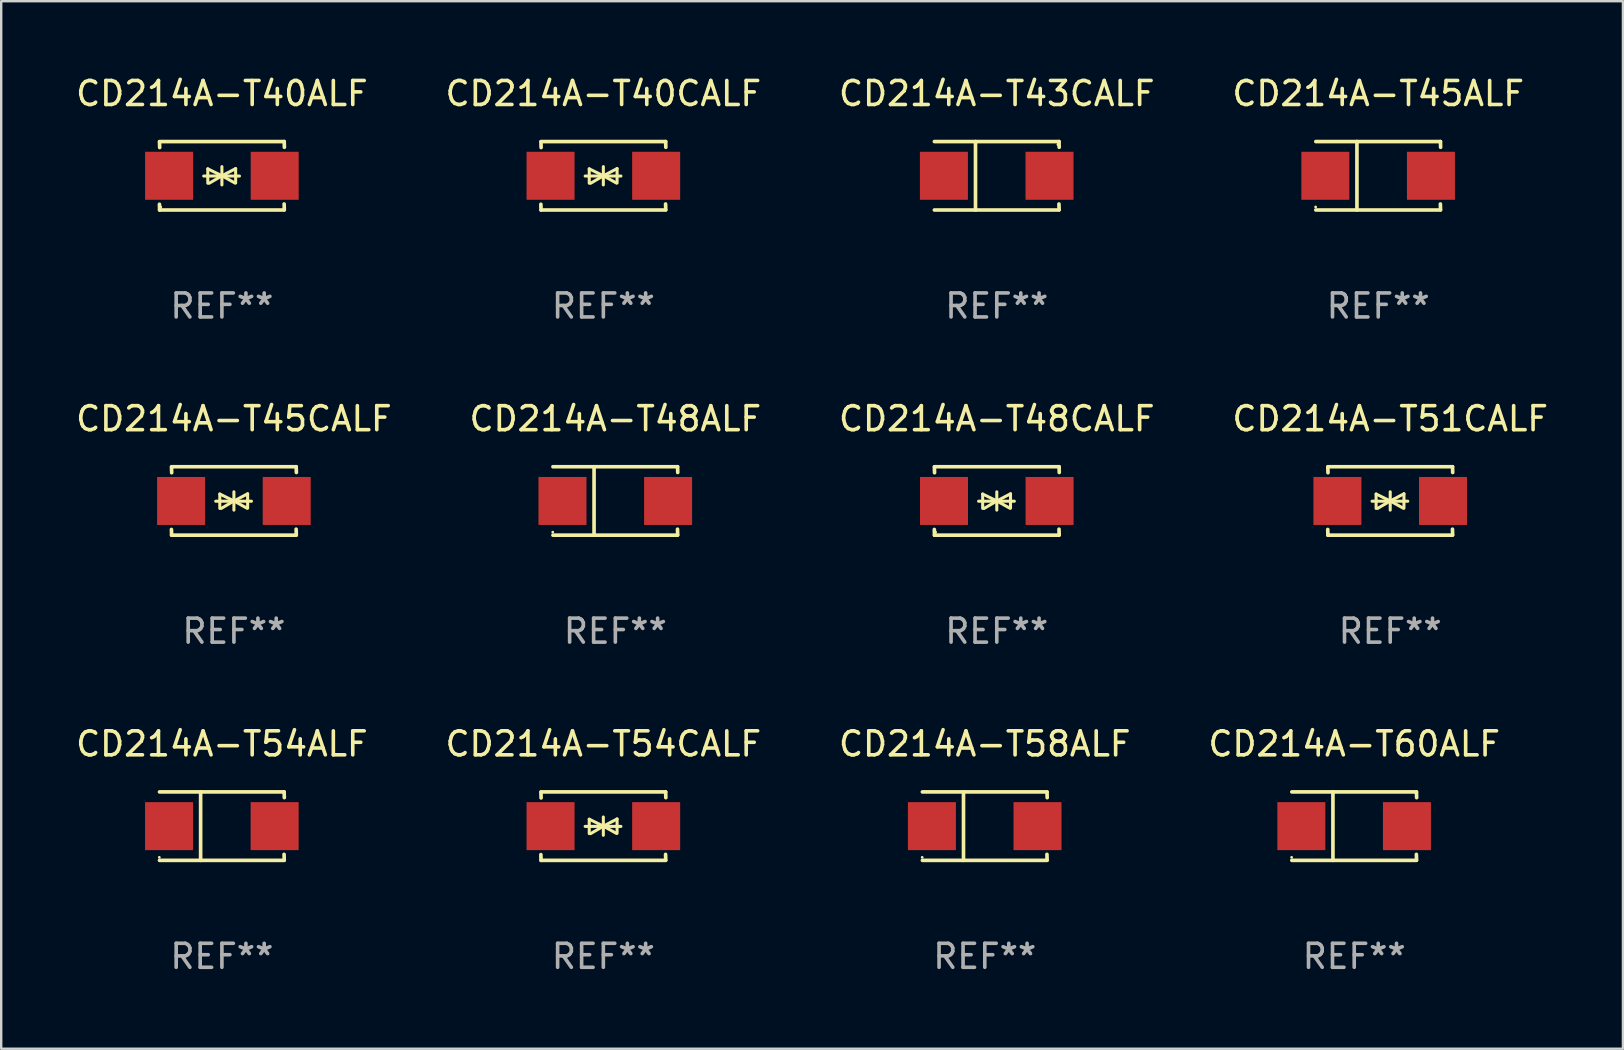
<source format=kicad_pcb>
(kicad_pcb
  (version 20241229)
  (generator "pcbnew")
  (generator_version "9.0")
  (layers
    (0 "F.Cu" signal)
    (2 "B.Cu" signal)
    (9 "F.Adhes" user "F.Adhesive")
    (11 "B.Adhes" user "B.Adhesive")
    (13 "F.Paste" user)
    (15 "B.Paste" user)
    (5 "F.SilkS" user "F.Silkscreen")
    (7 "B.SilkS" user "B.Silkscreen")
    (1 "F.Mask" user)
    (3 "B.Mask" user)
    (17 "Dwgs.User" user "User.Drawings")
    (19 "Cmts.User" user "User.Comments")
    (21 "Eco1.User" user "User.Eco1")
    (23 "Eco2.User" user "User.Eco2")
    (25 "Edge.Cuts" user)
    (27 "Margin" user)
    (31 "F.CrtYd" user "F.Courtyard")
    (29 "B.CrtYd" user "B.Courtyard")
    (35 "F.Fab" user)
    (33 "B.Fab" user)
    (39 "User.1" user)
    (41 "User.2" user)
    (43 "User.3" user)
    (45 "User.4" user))
  (footprint "CD214A-T54ALF"
    (layer "F.Cu")
    (at 6.196 31.372)
    (property "Reference" "CD214A-T54ALF" (at 0 -3.426 0) (layer "F.SilkS") (effects (font (size 1 1) (thickness 0.15))))
    (attr through_hole)
    (fp_line (start -2.6 -1.426) (end 2.593 -1.426) (stroke (width 0.152) (type solid)) (layer "F.SilkS"))
    (fp_line (start -2.6 1.426) (end 2.593 1.426) (stroke (width 0.152) (type solid)) (layer "F.SilkS"))
    (fp_line (start -0.887 -1.426) (end -0.887 1.426) (stroke (width 0.152) (type solid)) (layer "F.SilkS"))
    (fp_line (start 2.59 1.176) (end 2.597 1.415) (stroke (width 0.152) (type solid)) (layer "F.SilkS"))
    (fp_line (start 2.593 -1.426) (end 2.6 -1.187) (stroke (width 0.152) (type solid)) (layer "F.SilkS"))
    (fp_circle (center -2.608 1.3) (end -2.578 1.3) (stroke (width 0.06) (type solid)) (fill no) (layer "F.SilkS"))
    (fp_text user "REF**" (at 0 5.426 0) (layer "F.Fab") (effects (font (size 1 1) (thickness 0.15))))
    (pad "1" smd rect (at -2.203 0 180) (size 2 2) (layers "F.Cu" "F.Mask" "F.Paste"))
    (pad "2" smd rect (at 2.197 0 180) (size 2 2) (layers "F.Cu" "F.Mask" "F.Paste")))
  (footprint "CD214A-T40CALF"
    (layer "F.Cu")
    (at 22.089 4.274)
    (property "Reference" "CD214A-T40CALF" (at 0 -3.426 0) (layer "F.SilkS") (effects (font (size 1 1) (thickness 0.15))))
    (attr through_hole)
    (fp_line (start -2.596 -1.426) (end 2.596 -1.426) (stroke (width 0.152) (type solid)) (layer "F.SilkS"))
    (fp_line (start -2.596 1.426) (end -2.603 1.187) (stroke (width 0.152) (type solid)) (layer "F.SilkS"))
    (fp_line (start -2.596 1.426) (end 2.596 1.426) (stroke (width 0.152) (type solid)) (layer "F.SilkS"))
    (fp_line (start -2.593 -1.176) (end -2.6 -1.415) (stroke (width 0.152) (type solid)) (layer "F.SilkS"))
    (fp_line (start -0.758 0.011) (end 0.732 0.011) (stroke (width 0.127) (type solid)) (layer "F.SilkS"))
    (fp_line (start -0.588 -0.289) (end -0.588 0.311) (stroke (width 0.127) (type solid)) (layer "F.SilkS"))
    (fp_line (start -0.588 -0.289) (end 0 0) (stroke (width 0.127) (type solid)) (layer "F.SilkS"))
    (fp_line (start -0.528 0.311) (end 0 0) (stroke (width 0.127) (type solid)) (layer "F.SilkS"))
    (fp_line (start 0 0) (end 0 -0.381) (stroke (width 0.127) (type solid)) (layer "F.SilkS"))
    (fp_line (start 0 0) (end 0 0.381) (stroke (width 0.127) (type solid)) (layer "F.SilkS"))
    (fp_line (start 0.542 0.301) (end 0 0) (stroke (width 0.127) (type solid)) (layer "F.SilkS"))
    (fp_line (start 0.572 -0.299) (end 0 0) (stroke (width 0.127) (type solid)) (layer "F.SilkS"))
    (fp_line (start 0.572 -0.299) (end 0.572 0.301) (stroke (width 0.127) (type solid)) (layer "F.SilkS"))
    (fp_line (start 2.593 1.176) (end 2.6 1.415) (stroke (width 0.152) (type solid)) (layer "F.SilkS"))
    (fp_line (start 2.596 -1.426) (end 2.603 -1.187) (stroke (width 0.152) (type solid)) (layer "F.SilkS"))
    (fp_circle (center -2.605 1.3) (end -2.575 1.3) (stroke (width 0.06) (type solid)) (fill no) (layer "F.SilkS"))
    (fp_text user "REF**" (at 0 5.426 0) (layer "F.Fab") (effects (font (size 1 1) (thickness 0.15))))
    (pad "1" smd rect (at -2.2 0 180) (size 2 2) (layers "F.Cu" "F.Mask" "F.Paste"))
    (pad "2" smd rect (at 2.2 0 180) (size 2 2) (layers "F.Cu" "F.Mask" "F.Paste")))
  (footprint "CD214A-T48CALF"
    (layer "F.Cu")
    (at 38.482 17.823)
    (property "Reference" "CD214A-T48CALF" (at 0 -3.426 0) (layer "F.SilkS") (effects (font (size 1 1) (thickness 0.15))))
    (attr through_hole)
    (fp_line (start -2.596 -1.426) (end 2.596 -1.426) (stroke (width 0.152) (type solid)) (layer "F.SilkS"))
    (fp_line (start -2.596 1.426) (end -2.603 1.187) (stroke (width 0.152) (type solid)) (layer "F.SilkS"))
    (fp_line (start -2.596 1.426) (end 2.596 1.426) (stroke (width 0.152) (type solid)) (layer "F.SilkS"))
    (fp_line (start -2.593 -1.176) (end -2.6 -1.415) (stroke (width 0.152) (type solid)) (layer "F.SilkS"))
    (fp_line (start -0.758 0.011) (end 0.732 0.011) (stroke (width 0.127) (type solid)) (layer "F.SilkS"))
    (fp_line (start -0.588 -0.289) (end -0.588 0.311) (stroke (width 0.127) (type solid)) (layer "F.SilkS"))
    (fp_line (start -0.588 -0.289) (end 0 0) (stroke (width 0.127) (type solid)) (layer "F.SilkS"))
    (fp_line (start -0.528 0.311) (end 0 0) (stroke (width 0.127) (type solid)) (layer "F.SilkS"))
    (fp_line (start 0 0) (end 0 -0.381) (stroke (width 0.127) (type solid)) (layer "F.SilkS"))
    (fp_line (start 0 0) (end 0 0.381) (stroke (width 0.127) (type solid)) (layer "F.SilkS"))
    (fp_line (start 0.542 0.301) (end 0 0) (stroke (width 0.127) (type solid)) (layer "F.SilkS"))
    (fp_line (start 0.572 -0.299) (end 0 0) (stroke (width 0.127) (type solid)) (layer "F.SilkS"))
    (fp_line (start 0.572 -0.299) (end 0.572 0.301) (stroke (width 0.127) (type solid)) (layer "F.SilkS"))
    (fp_line (start 2.593 1.176) (end 2.6 1.415) (stroke (width 0.152) (type solid)) (layer "F.SilkS"))
    (fp_line (start 2.596 -1.426) (end 2.603 -1.187) (stroke (width 0.152) (type solid)) (layer "F.SilkS"))
    (fp_circle (center -2.55 1.3) (end -2.52 1.3) (stroke (width 0.06) (type solid)) (fill no) (layer "F.SilkS"))
    (fp_text user "REF**" (at 0 5.426 0) (layer "F.Fab") (effects (font (size 1 1) (thickness 0.15))))
    (pad "1" smd rect (at -2.2 0 180) (size 2 2) (layers "F.Cu" "F.Mask" "F.Paste"))
    (pad "2" smd rect (at 2.2 0 180) (size 2 2) (layers "F.Cu" "F.Mask" "F.Paste")))
  (footprint "CD214A-T51CALF"
    (layer "F.Cu")
    (at 54.875 17.823)
    (property "Reference" "CD214A-T51CALF" (at 0 -3.426 0) (layer "F.SilkS") (effects (font (size 1 1) (thickness 0.15))))
    (attr through_hole)
    (fp_line (start -2.596 -1.426) (end 2.596 -1.426) (stroke (width 0.152) (type solid)) (layer "F.SilkS"))
    (fp_line (start -2.596 1.426) (end -2.603 1.187) (stroke (width 0.152) (type solid)) (layer "F.SilkS"))
    (fp_line (start -2.596 1.426) (end 2.596 1.426) (stroke (width 0.152) (type solid)) (layer "F.SilkS"))
    (fp_line (start -2.593 -1.176) (end -2.6 -1.415) (stroke (width 0.152) (type solid)) (layer "F.SilkS"))
    (fp_line (start -0.758 0.011) (end 0.732 0.011) (stroke (width 0.127) (type solid)) (layer "F.SilkS"))
    (fp_line (start -0.588 -0.289) (end -0.588 0.311) (stroke (width 0.127) (type solid)) (layer "F.SilkS"))
    (fp_line (start -0.588 -0.289) (end 0 0) (stroke (width 0.127) (type solid)) (layer "F.SilkS"))
    (fp_line (start -0.528 0.311) (end 0 0) (stroke (width 0.127) (type solid)) (layer "F.SilkS"))
    (fp_line (start 0 0) (end 0 -0.381) (stroke (width 0.127) (type solid)) (layer "F.SilkS"))
    (fp_line (start 0 0) (end 0 0.381) (stroke (width 0.127) (type solid)) (layer "F.SilkS"))
    (fp_line (start 0.542 0.301) (end 0 0) (stroke (width 0.127) (type solid)) (layer "F.SilkS"))
    (fp_line (start 0.572 -0.299) (end 0 0) (stroke (width 0.127) (type solid)) (layer "F.SilkS"))
    (fp_line (start 0.572 -0.299) (end 0.572 0.301) (stroke (width 0.127) (type solid)) (layer "F.SilkS"))
    (fp_line (start 2.593 1.176) (end 2.6 1.415) (stroke (width 0.152) (type solid)) (layer "F.SilkS"))
    (fp_line (start 2.596 -1.426) (end 2.603 -1.187) (stroke (width 0.152) (type solid)) (layer "F.SilkS"))
    (fp_circle (center -2.605 1.3) (end -2.575 1.3) (stroke (width 0.06) (type solid)) (fill no) (layer "F.SilkS"))
    (fp_text user "REF**" (at 0 5.426 0) (layer "F.Fab") (effects (font (size 1 1) (thickness 0.15))))
    (pad "1" smd rect (at -2.2 0 180) (size 2 2) (layers "F.Cu" "F.Mask" "F.Paste"))
    (pad "2" smd rect (at 2.2 0 180) (size 2 2) (layers "F.Cu" "F.Mask" "F.Paste")))
  (footprint "CD214A-T58ALF"
    (layer "F.Cu")
    (at 37.982 31.372)
    (property "Reference" "CD214A-T58ALF" (at 0 -3.426 0) (layer "F.SilkS") (effects (font (size 1 1) (thickness 0.15))))
    (attr through_hole)
    (fp_line (start -2.6 -1.426) (end 2.593 -1.426) (stroke (width 0.152) (type solid)) (layer "F.SilkS"))
    (fp_line (start -2.6 1.426) (end 2.593 1.426) (stroke (width 0.152) (type solid)) (layer "F.SilkS"))
    (fp_line (start -0.887 -1.426) (end -0.887 1.426) (stroke (width 0.152) (type solid)) (layer "F.SilkS"))
    (fp_line (start 2.59 1.176) (end 2.597 1.415) (stroke (width 0.152) (type solid)) (layer "F.SilkS"))
    (fp_line (start 2.593 -1.426) (end 2.6 -1.187) (stroke (width 0.152) (type solid)) (layer "F.SilkS"))
    (fp_circle (center -2.608 1.3) (end -2.578 1.3) (stroke (width 0.06) (type solid)) (fill no) (layer "F.SilkS"))
    (fp_text user "REF**" (at 0 5.426 0) (layer "F.Fab") (effects (font (size 1 1) (thickness 0.15))))
    (pad "1" smd rect (at -2.203 0 180) (size 2 2) (layers "F.Cu" "F.Mask" "F.Paste"))
    (pad "2" smd rect (at 2.197 0 180) (size 2 2) (layers "F.Cu" "F.Mask" "F.Paste")))
  (footprint "CD214A-T45ALF"
    (layer "F.Cu")
    (at 54.375 4.274)
    (property "Reference" "CD214A-T45ALF" (at 0 -3.426 0) (layer "F.SilkS") (effects (font (size 1 1) (thickness 0.15))))
    (attr through_hole)
    (fp_line (start -2.6 -1.426) (end 2.593 -1.426) (stroke (width 0.152) (type solid)) (layer "F.SilkS"))
    (fp_line (start -2.6 1.426) (end 2.593 1.426) (stroke (width 0.152) (type solid)) (layer "F.SilkS"))
    (fp_line (start -0.887 -1.426) (end -0.887 1.426) (stroke (width 0.152) (type solid)) (layer "F.SilkS"))
    (fp_line (start 2.59 1.176) (end 2.597 1.415) (stroke (width 0.152) (type solid)) (layer "F.SilkS"))
    (fp_line (start 2.593 -1.426) (end 2.6 -1.187) (stroke (width 0.152) (type solid)) (layer "F.SilkS"))
    (fp_circle (center -2.608 1.3) (end -2.578 1.3) (stroke (width 0.06) (type solid)) (fill no) (layer "F.SilkS"))
    (fp_text user "REF**" (at 0 5.426 0) (layer "F.Fab") (effects (font (size 1 1) (thickness 0.15))))
    (pad "1" smd rect (at -2.203 0 180) (size 2 2) (layers "F.Cu" "F.Mask" "F.Paste"))
    (pad "2" smd rect (at 2.197 0 180) (size 2 2) (layers "F.Cu" "F.Mask" "F.Paste")))
  (footprint "CD214A-T45CALF"
    (layer "F.Cu")
    (at 6.696 17.823)
    (property "Reference" "CD214A-T45CALF" (at 0 -3.426 0) (layer "F.SilkS") (effects (font (size 1 1) (thickness 0.15))))
    (attr through_hole)
    (fp_line (start -2.596 -1.426) (end 2.596 -1.426) (stroke (width 0.152) (type solid)) (layer "F.SilkS"))
    (fp_line (start -2.596 1.426) (end -2.603 1.187) (stroke (width 0.152) (type solid)) (layer "F.SilkS"))
    (fp_line (start -2.596 1.426) (end 2.596 1.426) (stroke (width 0.152) (type solid)) (layer "F.SilkS"))
    (fp_line (start -2.593 -1.176) (end -2.6 -1.415) (stroke (width 0.152) (type solid)) (layer "F.SilkS"))
    (fp_line (start -0.758 0.011) (end 0.732 0.011) (stroke (width 0.127) (type solid)) (layer "F.SilkS"))
    (fp_line (start -0.588 -0.289) (end -0.588 0.311) (stroke (width 0.127) (type solid)) (layer "F.SilkS"))
    (fp_line (start -0.588 -0.289) (end 0 0) (stroke (width 0.127) (type solid)) (layer "F.SilkS"))
    (fp_line (start -0.528 0.311) (end 0 0) (stroke (width 0.127) (type solid)) (layer "F.SilkS"))
    (fp_line (start 0 0) (end 0 -0.381) (stroke (width 0.127) (type solid)) (layer "F.SilkS"))
    (fp_line (start 0 0) (end 0 0.381) (stroke (width 0.127) (type solid)) (layer "F.SilkS"))
    (fp_line (start 0.542 0.301) (end 0 0) (stroke (width 0.127) (type solid)) (layer "F.SilkS"))
    (fp_line (start 0.572 -0.299) (end 0 0) (stroke (width 0.127) (type solid)) (layer "F.SilkS"))
    (fp_line (start 0.572 -0.299) (end 0.572 0.301) (stroke (width 0.127) (type solid)) (layer "F.SilkS"))
    (fp_line (start 2.593 1.176) (end 2.6 1.415) (stroke (width 0.152) (type solid)) (layer "F.SilkS"))
    (fp_line (start 2.596 -1.426) (end 2.603 -1.187) (stroke (width 0.152) (type solid)) (layer "F.SilkS"))
    (fp_circle (center -2.605 1.3) (end -2.575 1.3) (stroke (width 0.06) (type solid)) (fill no) (layer "F.SilkS"))
    (fp_text user "REF**" (at 0 5.426 0) (layer "F.Fab") (effects (font (size 1 1) (thickness 0.15))))
    (pad "1" smd rect (at -2.2 0 180) (size 2 2) (layers "F.Cu" "F.Mask" "F.Paste"))
    (pad "2" smd rect (at 2.2 0 180) (size 2 2) (layers "F.Cu" "F.Mask" "F.Paste")))
  (footprint "CD214A-T40ALF"
    (layer "F.Cu")
    (at 6.196 4.274)
    (property "Reference" "CD214A-T40ALF" (at 0 -3.426 0) (layer "F.SilkS") (effects (font (size 1 1) (thickness 0.15))))
    (attr through_hole)
    (fp_line (start -2.596 -1.426) (end 2.596 -1.426) (stroke (width 0.152) (type solid)) (layer "F.SilkS"))
    (fp_line (start -2.596 1.426) (end -2.603 1.187) (stroke (width 0.152) (type solid)) (layer "F.SilkS"))
    (fp_line (start -2.596 1.426) (end 2.596 1.426) (stroke (width 0.152) (type solid)) (layer "F.SilkS"))
    (fp_line (start -2.593 -1.176) (end -2.6 -1.415) (stroke (width 0.152) (type solid)) (layer "F.SilkS"))
    (fp_line (start -0.758 0.011) (end 0.732 0.011) (stroke (width 0.127) (type solid)) (layer "F.SilkS"))
    (fp_line (start -0.588 -0.289) (end -0.588 0.311) (stroke (width 0.127) (type solid)) (layer "F.SilkS"))
    (fp_line (start -0.588 -0.289) (end 0 0) (stroke (width 0.127) (type solid)) (layer "F.SilkS"))
    (fp_line (start -0.528 0.311) (end 0 0) (stroke (width 0.127) (type solid)) (layer "F.SilkS"))
    (fp_line (start 0 0) (end 0 -0.381) (stroke (width 0.127) (type solid)) (layer "F.SilkS"))
    (fp_line (start 0 0) (end 0 0.381) (stroke (width 0.127) (type solid)) (layer "F.SilkS"))
    (fp_line (start 0.542 0.301) (end 0 0) (stroke (width 0.127) (type solid)) (layer "F.SilkS"))
    (fp_line (start 0.572 -0.299) (end 0 0) (stroke (width 0.127) (type solid)) (layer "F.SilkS"))
    (fp_line (start 0.572 -0.299) (end 0.572 0.301) (stroke (width 0.127) (type solid)) (layer "F.SilkS"))
    (fp_line (start 2.593 1.176) (end 2.6 1.415) (stroke (width 0.152) (type solid)) (layer "F.SilkS"))
    (fp_line (start 2.596 -1.426) (end 2.603 -1.187) (stroke (width 0.152) (type solid)) (layer "F.SilkS"))
    (fp_circle (center -2.55 1.3) (end -2.52 1.3) (stroke (width 0.06) (type solid)) (fill no) (layer "F.SilkS"))
    (fp_text user "REF**" (at 0 5.426 0) (layer "F.Fab") (effects (font (size 1 1) (thickness 0.15))))
    (pad "1" smd rect (at -2.2 0 180) (size 2 2) (layers "F.Cu" "F.Mask" "F.Paste"))
    (pad "2" smd rect (at 2.2 0 180) (size 2 2) (layers "F.Cu" "F.Mask" "F.Paste")))
  (footprint "CD214A-T48ALF"
    (layer "F.Cu")
    (at 22.589 17.823)
    (property "Reference" "CD214A-T48ALF" (at 0 -3.426 0) (layer "F.SilkS") (effects (font (size 1 1) (thickness 0.15))))
    (attr through_hole)
    (fp_line (start -2.6 -1.426) (end 2.593 -1.426) (stroke (width 0.152) (type solid)) (layer "F.SilkS"))
    (fp_line (start -2.6 1.426) (end 2.593 1.426) (stroke (width 0.152) (type solid)) (layer "F.SilkS"))
    (fp_line (start -0.887 -1.426) (end -0.887 1.426) (stroke (width 0.152) (type solid)) (layer "F.SilkS"))
    (fp_line (start 2.59 1.176) (end 2.597 1.415) (stroke (width 0.152) (type solid)) (layer "F.SilkS"))
    (fp_line (start 2.593 -1.426) (end 2.6 -1.187) (stroke (width 0.152) (type solid)) (layer "F.SilkS"))
    (fp_circle (center -2.608 1.3) (end -2.578 1.3) (stroke (width 0.06) (type solid)) (fill no) (layer "F.SilkS"))
    (fp_text user "REF**" (at 0 5.426 0) (layer "F.Fab") (effects (font (size 1 1) (thickness 0.15))))
    (pad "1" smd rect (at -2.203 0 180) (size 2 2) (layers "F.Cu" "F.Mask" "F.Paste"))
    (pad "2" smd rect (at 2.197 0 180) (size 2 2) (layers "F.Cu" "F.Mask" "F.Paste")))
  (footprint "CD214A-T43CALF"
    (layer "F.Cu")
    (at 38.482 4.274)
    (property "Reference" "CD214A-T43CALF" (at 0 -3.426 0) (layer "F.SilkS") (effects (font (size 1 1) (thickness 0.15))))
    (attr through_hole)
    (fp_line (start -2.6 -1.426) (end 2.593 -1.426) (stroke (width 0.152) (type solid)) (layer "F.SilkS"))
    (fp_line (start -2.6 1.426) (end 2.593 1.426) (stroke (width 0.152) (type solid)) (layer "F.SilkS"))
    (fp_line (start -0.887 -1.426) (end -0.887 1.426) (stroke (width 0.152) (type solid)) (layer "F.SilkS"))
    (fp_line (start 2.59 1.176) (end 2.597 1.415) (stroke (width 0.152) (type solid)) (layer "F.SilkS"))
    (fp_line (start 2.593 -1.426) (end 2.6 -1.187) (stroke (width 0.152) (type solid)) (layer "F.SilkS"))
    (fp_circle (center 2.547 -1.3) (end 2.577 -1.3) (stroke (width 0.06) (type solid)) (fill no) (layer "F.SilkS"))
    (fp_text user "REF**" (at 0 5.426 0) (layer "F.Fab") (effects (font (size 1 1) (thickness 0.15))))
    (pad "1" smd rect (at 2.197 -0.000025 180) (size 2 2) (layers "F.Cu" "F.Mask" "F.Paste"))
    (pad "2" smd rect (at -2.203 -0.000025 180) (size 2 2) (layers "F.Cu" "F.Mask" "F.Paste")))
  (footprint "CD214A-T54CALF"
    (layer "F.Cu")
    (at 22.089 31.372)
    (property "Reference" "CD214A-T54CALF" (at 0 -3.426 0) (layer "F.SilkS") (effects (font (size 1 1) (thickness 0.15))))
    (attr through_hole)
    (fp_line (start -2.596 -1.426) (end 2.596 -1.426) (stroke (width 0.152) (type solid)) (layer "F.SilkS"))
    (fp_line (start -2.596 1.426) (end -2.603 1.187) (stroke (width 0.152) (type solid)) (layer "F.SilkS"))
    (fp_line (start -2.596 1.426) (end 2.596 1.426) (stroke (width 0.152) (type solid)) (layer "F.SilkS"))
    (fp_line (start -2.593 -1.176) (end -2.6 -1.415) (stroke (width 0.152) (type solid)) (layer "F.SilkS"))
    (fp_line (start -0.758 0.011) (end 0.732 0.011) (stroke (width 0.127) (type solid)) (layer "F.SilkS"))
    (fp_line (start -0.588 -0.289) (end -0.588 0.311) (stroke (width 0.127) (type solid)) (layer "F.SilkS"))
    (fp_line (start -0.588 -0.289) (end 0 0) (stroke (width 0.127) (type solid)) (layer "F.SilkS"))
    (fp_line (start -0.528 0.311) (end 0 0) (stroke (width 0.127) (type solid)) (layer "F.SilkS"))
    (fp_line (start 0 0) (end 0 -0.381) (stroke (width 0.127) (type solid)) (layer "F.SilkS"))
    (fp_line (start 0 0) (end 0 0.381) (stroke (width 0.127) (type solid)) (layer "F.SilkS"))
    (fp_line (start 0.542 0.301) (end 0 0) (stroke (width 0.127) (type solid)) (layer "F.SilkS"))
    (fp_line (start 0.572 -0.299) (end 0 0) (stroke (width 0.127) (type solid)) (layer "F.SilkS"))
    (fp_line (start 0.572 -0.299) (end 0.572 0.301) (stroke (width 0.127) (type solid)) (layer "F.SilkS"))
    (fp_line (start 2.593 1.176) (end 2.6 1.415) (stroke (width 0.152) (type solid)) (layer "F.SilkS"))
    (fp_line (start 2.596 -1.426) (end 2.603 -1.187) (stroke (width 0.152) (type solid)) (layer "F.SilkS"))
    (fp_circle (center -2.605 1.3) (end -2.575 1.3) (stroke (width 0.06) (type solid)) (fill no) (layer "F.SilkS"))
    (fp_text user "REF**" (at 0 5.426 0) (layer "F.Fab") (effects (font (size 1 1) (thickness 0.15))))
    (pad "1" smd rect (at -2.2 0 180) (size 2 2) (layers "F.Cu" "F.Mask" "F.Paste"))
    (pad "2" smd rect (at 2.2 0 180) (size 2 2) (layers "F.Cu" "F.Mask" "F.Paste")))
  (footprint "CD214A-T60ALF"
    (layer "F.Cu")
    (at 53.375 31.372)
    (property "Reference" "CD214A-T60ALF" (at 0 -3.426 0) (layer "F.SilkS") (effects (font (size 1 1) (thickness 0.15))))
    (attr through_hole)
    (fp_line (start -2.6 -1.426) (end 2.593 -1.426) (stroke (width 0.152) (type solid)) (layer "F.SilkS"))
    (fp_line (start -2.6 1.426) (end 2.593 1.426) (stroke (width 0.152) (type solid)) (layer "F.SilkS"))
    (fp_line (start -0.887 -1.426) (end -0.887 1.426) (stroke (width 0.152) (type solid)) (layer "F.SilkS"))
    (fp_line (start 2.59 1.176) (end 2.597 1.415) (stroke (width 0.152) (type solid)) (layer "F.SilkS"))
    (fp_line (start 2.593 -1.426) (end 2.6 -1.187) (stroke (width 0.152) (type solid)) (layer "F.SilkS"))
    (fp_circle (center -2.608 1.3) (end -2.578 1.3) (stroke (width 0.06) (type solid)) (fill no) (layer "F.SilkS"))
    (fp_text user "REF**" (at 0 5.426 0) (layer "F.Fab") (effects (font (size 1 1) (thickness 0.15))))
    (pad "1" smd rect (at -2.203 0 180) (size 2 2) (layers "F.Cu" "F.Mask" "F.Paste"))
    (pad "2" smd rect (at 2.197 0 180) (size 2 2) (layers "F.Cu" "F.Mask" "F.Paste")))
  (gr_rect
    (start -3 -3)
    (end 64.571 40.647)
    (stroke (width 0.1) (type default))
    (fill no)
    (layer "Edge.Cuts")))
</source>
